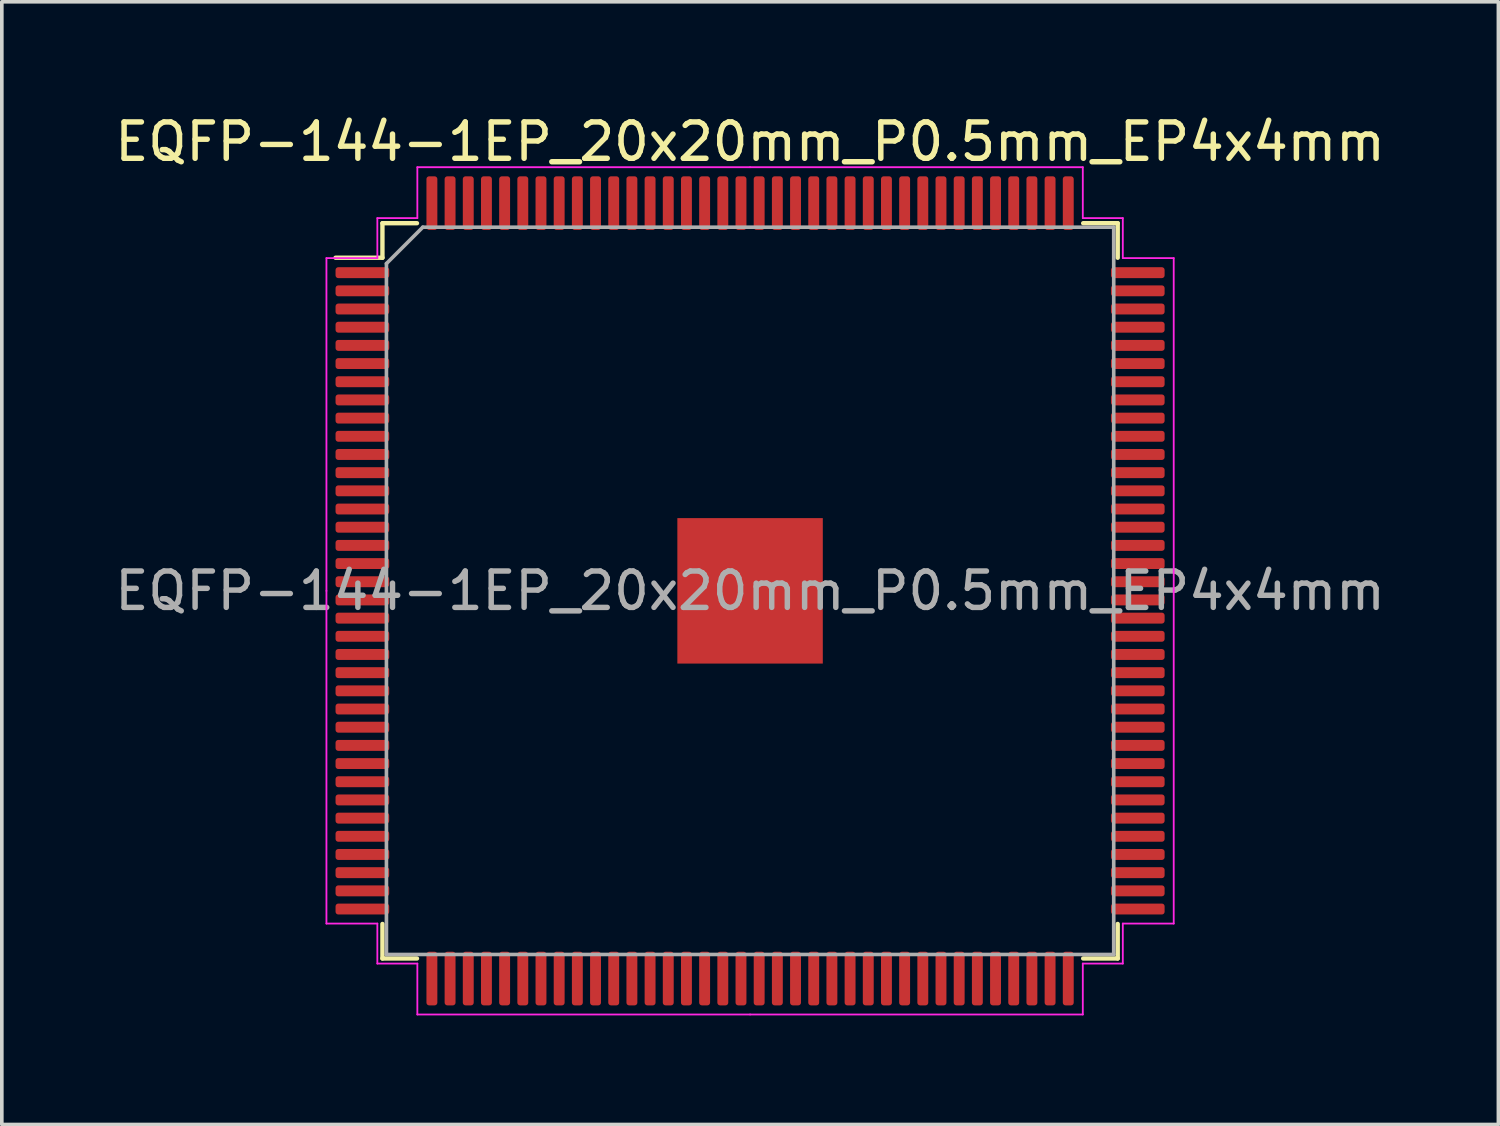
<source format=kicad_pcb>
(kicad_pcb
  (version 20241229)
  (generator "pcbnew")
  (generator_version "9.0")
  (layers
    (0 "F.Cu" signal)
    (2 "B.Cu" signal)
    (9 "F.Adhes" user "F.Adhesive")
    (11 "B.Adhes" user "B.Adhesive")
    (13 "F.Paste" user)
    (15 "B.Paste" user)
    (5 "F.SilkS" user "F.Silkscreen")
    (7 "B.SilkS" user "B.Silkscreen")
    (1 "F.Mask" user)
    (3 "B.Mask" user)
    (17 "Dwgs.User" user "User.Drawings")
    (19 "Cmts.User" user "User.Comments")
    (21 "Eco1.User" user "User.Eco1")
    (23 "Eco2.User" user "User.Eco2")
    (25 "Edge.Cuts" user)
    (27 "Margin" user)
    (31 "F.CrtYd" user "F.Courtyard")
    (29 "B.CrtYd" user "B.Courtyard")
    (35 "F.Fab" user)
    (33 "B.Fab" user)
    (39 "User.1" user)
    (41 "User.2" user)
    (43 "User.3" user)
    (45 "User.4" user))
  (footprint "EQFP-144-1EP_20x20mm_P0.5mm_EP4x4mm"
    (layer "F.Cu")
    (at 17.577 13.198)
    (property "Reference" "EQFP-144-1EP_20x20mm_P0.5mm_EP4x4mm" (at 0 -12.35 0) (layer "F.SilkS") (effects (font (size 1 1) (thickness 0.15))))
    (attr smd)
    (fp_line (start -10.11 -10.11) (end -10.11 -9.16) (stroke (width 0.12) (type solid)) (layer "F.SilkS"))
    (fp_line (start -10.11 -9.16) (end -11.4 -9.16) (stroke (width 0.12) (type solid)) (layer "F.SilkS"))
    (fp_line (start -10.11 10.11) (end -10.11 9.16) (stroke (width 0.12) (type solid)) (layer "F.SilkS"))
    (fp_line (start -9.16 -10.11) (end -10.11 -10.11) (stroke (width 0.12) (type solid)) (layer "F.SilkS"))
    (fp_line (start -9.16 10.11) (end -10.11 10.11) (stroke (width 0.12) (type solid)) (layer "F.SilkS"))
    (fp_line (start 9.16 -10.11) (end 10.11 -10.11) (stroke (width 0.12) (type solid)) (layer "F.SilkS"))
    (fp_line (start 9.16 10.11) (end 10.11 10.11) (stroke (width 0.12) (type solid)) (layer "F.SilkS"))
    (fp_line (start 10.11 -10.11) (end 10.11 -9.16) (stroke (width 0.12) (type solid)) (layer "F.SilkS"))
    (fp_line (start 10.11 10.11) (end 10.11 9.16) (stroke (width 0.12) (type solid)) (layer "F.SilkS"))
    (fp_line (start -11.65 -9.15) (end -11.65 0) (stroke (width 0.05) (type solid)) (layer "F.CrtYd"))
    (fp_line (start -11.65 9.15) (end -11.65 0) (stroke (width 0.05) (type solid)) (layer "F.CrtYd"))
    (fp_line (start -10.25 -10.25) (end -10.25 -9.15) (stroke (width 0.05) (type solid)) (layer "F.CrtYd"))
    (fp_line (start -10.25 -9.15) (end -11.65 -9.15) (stroke (width 0.05) (type solid)) (layer "F.CrtYd"))
    (fp_line (start -10.25 9.15) (end -11.65 9.15) (stroke (width 0.05) (type solid)) (layer "F.CrtYd"))
    (fp_line (start -10.25 10.25) (end -10.25 9.15) (stroke (width 0.05) (type solid)) (layer "F.CrtYd"))
    (fp_line (start -9.15 -11.65) (end -9.15 -10.25) (stroke (width 0.05) (type solid)) (layer "F.CrtYd"))
    (fp_line (start -9.15 -10.25) (end -10.25 -10.25) (stroke (width 0.05) (type solid)) (layer "F.CrtYd"))
    (fp_line (start -9.15 10.25) (end -10.25 10.25) (stroke (width 0.05) (type solid)) (layer "F.CrtYd"))
    (fp_line (start -9.15 11.65) (end -9.15 10.25) (stroke (width 0.05) (type solid)) (layer "F.CrtYd"))
    (fp_line (start 0 -11.65) (end -9.15 -11.65) (stroke (width 0.05) (type solid)) (layer "F.CrtYd"))
    (fp_line (start 0 -11.65) (end 9.15 -11.65) (stroke (width 0.05) (type solid)) (layer "F.CrtYd"))
    (fp_line (start 0 11.65) (end -9.15 11.65) (stroke (width 0.05) (type solid)) (layer "F.CrtYd"))
    (fp_line (start 0 11.65) (end 9.15 11.65) (stroke (width 0.05) (type solid)) (layer "F.CrtYd"))
    (fp_line (start 9.15 -11.65) (end 9.15 -10.25) (stroke (width 0.05) (type solid)) (layer "F.CrtYd"))
    (fp_line (start 9.15 -10.25) (end 10.25 -10.25) (stroke (width 0.05) (type solid)) (layer "F.CrtYd"))
    (fp_line (start 9.15 10.25) (end 10.25 10.25) (stroke (width 0.05) (type solid)) (layer "F.CrtYd"))
    (fp_line (start 9.15 11.65) (end 9.15 10.25) (stroke (width 0.05) (type solid)) (layer "F.CrtYd"))
    (fp_line (start 10.25 -10.25) (end 10.25 -9.15) (stroke (width 0.05) (type solid)) (layer "F.CrtYd"))
    (fp_line (start 10.25 -9.15) (end 11.65 -9.15) (stroke (width 0.05) (type solid)) (layer "F.CrtYd"))
    (fp_line (start 10.25 9.15) (end 11.65 9.15) (stroke (width 0.05) (type solid)) (layer "F.CrtYd"))
    (fp_line (start 10.25 10.25) (end 10.25 9.15) (stroke (width 0.05) (type solid)) (layer "F.CrtYd"))
    (fp_line (start 11.65 -9.15) (end 11.65 0) (stroke (width 0.05) (type solid)) (layer "F.CrtYd"))
    (fp_line (start 11.65 9.15) (end 11.65 0) (stroke (width 0.05) (type solid)) (layer "F.CrtYd"))
    (fp_line (start -10 -9) (end -9 -10) (stroke (width 0.1) (type solid)) (layer "F.Fab"))
    (fp_line (start -10 10) (end -10 -9) (stroke (width 0.1) (type solid)) (layer "F.Fab"))
    (fp_line (start -9 -10) (end 10 -10) (stroke (width 0.1) (type solid)) (layer "F.Fab"))
    (fp_line (start 10 -10) (end 10 10) (stroke (width 0.1) (type solid)) (layer "F.Fab"))
    (fp_line (start 10 10) (end -10 10) (stroke (width 0.1) (type solid)) (layer "F.Fab"))
    (fp_text user "${REFERENCE}" (at 0 0 0) (layer "F.Fab") (effects (font (size 1 1) (thickness 0.15))))
    (pad "" smd roundrect (at -1.33 -1.33) (size 1.07 1.07) (layers "F.Paste") (roundrect_rratio 0.234))
    (pad "" smd roundrect (at -1.33 0) (size 1.07 1.07) (layers "F.Paste") (roundrect_rratio 0.234))
    (pad "" smd roundrect (at -1.33 1.33) (size 1.07 1.07) (layers "F.Paste") (roundrect_rratio 0.234))
    (pad "" smd roundrect (at 0 -1.33) (size 1.07 1.07) (layers "F.Paste") (roundrect_rratio 0.234))
    (pad "" smd roundrect (at 0 0) (size 1.07 1.07) (layers "F.Paste") (roundrect_rratio 0.234))
    (pad "" smd roundrect (at 0 1.33) (size 1.07 1.07) (layers "F.Paste") (roundrect_rratio 0.234))
    (pad "" smd roundrect (at 1.33 -1.33) (size 1.07 1.07) (layers "F.Paste") (roundrect_rratio 0.234))
    (pad "" smd roundrect (at 1.33 0) (size 1.07 1.07) (layers "F.Paste") (roundrect_rratio 0.234))
    (pad "" smd roundrect (at 1.33 1.33) (size 1.07 1.07) (layers "F.Paste") (roundrect_rratio 0.234))
    (pad "1" smd roundrect (at -10.662 -8.75) (size 1.475 0.3) (layers "F.Cu" "F.Mask" "F.Paste") (roundrect_rratio 0.25))
    (pad "2" smd roundrect (at -10.662 -8.25) (size 1.475 0.3) (layers "F.Cu" "F.Mask" "F.Paste") (roundrect_rratio 0.25))
    (pad "3" smd roundrect (at -10.662 -7.75) (size 1.475 0.3) (layers "F.Cu" "F.Mask" "F.Paste") (roundrect_rratio 0.25))
    (pad "4" smd roundrect (at -10.662 -7.25) (size 1.475 0.3) (layers "F.Cu" "F.Mask" "F.Paste") (roundrect_rratio 0.25))
    (pad "5" smd roundrect (at -10.662 -6.75) (size 1.475 0.3) (layers "F.Cu" "F.Mask" "F.Paste") (roundrect_rratio 0.25))
    (pad "6" smd roundrect (at -10.662 -6.25) (size 1.475 0.3) (layers "F.Cu" "F.Mask" "F.Paste") (roundrect_rratio 0.25))
    (pad "7" smd roundrect (at -10.662 -5.75) (size 1.475 0.3) (layers "F.Cu" "F.Mask" "F.Paste") (roundrect_rratio 0.25))
    (pad "8" smd roundrect (at -10.662 -5.25) (size 1.475 0.3) (layers "F.Cu" "F.Mask" "F.Paste") (roundrect_rratio 0.25))
    (pad "9" smd roundrect (at -10.662 -4.75) (size 1.475 0.3) (layers "F.Cu" "F.Mask" "F.Paste") (roundrect_rratio 0.25))
    (pad "10" smd roundrect (at -10.662 -4.25) (size 1.475 0.3) (layers "F.Cu" "F.Mask" "F.Paste") (roundrect_rratio 0.25))
    (pad "11" smd roundrect (at -10.662 -3.75) (size 1.475 0.3) (layers "F.Cu" "F.Mask" "F.Paste") (roundrect_rratio 0.25))
    (pad "12" smd roundrect (at -10.662 -3.25) (size 1.475 0.3) (layers "F.Cu" "F.Mask" "F.Paste") (roundrect_rratio 0.25))
    (pad "13" smd roundrect (at -10.662 -2.75) (size 1.475 0.3) (layers "F.Cu" "F.Mask" "F.Paste") (roundrect_rratio 0.25))
    (pad "14" smd roundrect (at -10.662 -2.25) (size 1.475 0.3) (layers "F.Cu" "F.Mask" "F.Paste") (roundrect_rratio 0.25))
    (pad "15" smd roundrect (at -10.662 -1.75) (size 1.475 0.3) (layers "F.Cu" "F.Mask" "F.Paste") (roundrect_rratio 0.25))
    (pad "16" smd roundrect (at -10.662 -1.25) (size 1.475 0.3) (layers "F.Cu" "F.Mask" "F.Paste") (roundrect_rratio 0.25))
    (pad "17" smd roundrect (at -10.662 -0.75) (size 1.475 0.3) (layers "F.Cu" "F.Mask" "F.Paste") (roundrect_rratio 0.25))
    (pad "18" smd roundrect (at -10.662 -0.25) (size 1.475 0.3) (layers "F.Cu" "F.Mask" "F.Paste") (roundrect_rratio 0.25))
    (pad "19" smd roundrect (at -10.662 0.25) (size 1.475 0.3) (layers "F.Cu" "F.Mask" "F.Paste") (roundrect_rratio 0.25))
    (pad "20" smd roundrect (at -10.662 0.75) (size 1.475 0.3) (layers "F.Cu" "F.Mask" "F.Paste") (roundrect_rratio 0.25))
    (pad "21" smd roundrect (at -10.662 1.25) (size 1.475 0.3) (layers "F.Cu" "F.Mask" "F.Paste") (roundrect_rratio 0.25))
    (pad "22" smd roundrect (at -10.662 1.75) (size 1.475 0.3) (layers "F.Cu" "F.Mask" "F.Paste") (roundrect_rratio 0.25))
    (pad "23" smd roundrect (at -10.662 2.25) (size 1.475 0.3) (layers "F.Cu" "F.Mask" "F.Paste") (roundrect_rratio 0.25))
    (pad "24" smd roundrect (at -10.662 2.75) (size 1.475 0.3) (layers "F.Cu" "F.Mask" "F.Paste") (roundrect_rratio 0.25))
    (pad "25" smd roundrect (at -10.662 3.25) (size 1.475 0.3) (layers "F.Cu" "F.Mask" "F.Paste") (roundrect_rratio 0.25))
    (pad "26" smd roundrect (at -10.662 3.75) (size 1.475 0.3) (layers "F.Cu" "F.Mask" "F.Paste") (roundrect_rratio 0.25))
    (pad "27" smd roundrect (at -10.662 4.25) (size 1.475 0.3) (layers "F.Cu" "F.Mask" "F.Paste") (roundrect_rratio 0.25))
    (pad "28" smd roundrect (at -10.662 4.75) (size 1.475 0.3) (layers "F.Cu" "F.Mask" "F.Paste") (roundrect_rratio 0.25))
    (pad "29" smd roundrect (at -10.662 5.25) (size 1.475 0.3) (layers "F.Cu" "F.Mask" "F.Paste") (roundrect_rratio 0.25))
    (pad "30" smd roundrect (at -10.662 5.75) (size 1.475 0.3) (layers "F.Cu" "F.Mask" "F.Paste") (roundrect_rratio 0.25))
    (pad "31" smd roundrect (at -10.662 6.25) (size 1.475 0.3) (layers "F.Cu" "F.Mask" "F.Paste") (roundrect_rratio 0.25))
    (pad "32" smd roundrect (at -10.662 6.75) (size 1.475 0.3) (layers "F.Cu" "F.Mask" "F.Paste") (roundrect_rratio 0.25))
    (pad "33" smd roundrect (at -10.662 7.25) (size 1.475 0.3) (layers "F.Cu" "F.Mask" "F.Paste") (roundrect_rratio 0.25))
    (pad "34" smd roundrect (at -10.662 7.75) (size 1.475 0.3) (layers "F.Cu" "F.Mask" "F.Paste") (roundrect_rratio 0.25))
    (pad "35" smd roundrect (at -10.662 8.25) (size 1.475 0.3) (layers "F.Cu" "F.Mask" "F.Paste") (roundrect_rratio 0.25))
    (pad "36" smd roundrect (at -10.662 8.75) (size 1.475 0.3) (layers "F.Cu" "F.Mask" "F.Paste") (roundrect_rratio 0.25))
    (pad "37" smd roundrect (at -8.75 10.662) (size 0.3 1.475) (layers "F.Cu" "F.Mask" "F.Paste") (roundrect_rratio 0.25))
    (pad "38" smd roundrect (at -8.25 10.662) (size 0.3 1.475) (layers "F.Cu" "F.Mask" "F.Paste") (roundrect_rratio 0.25))
    (pad "39" smd roundrect (at -7.75 10.662) (size 0.3 1.475) (layers "F.Cu" "F.Mask" "F.Paste") (roundrect_rratio 0.25))
    (pad "40" smd roundrect (at -7.25 10.662) (size 0.3 1.475) (layers "F.Cu" "F.Mask" "F.Paste") (roundrect_rratio 0.25))
    (pad "41" smd roundrect (at -6.75 10.662) (size 0.3 1.475) (layers "F.Cu" "F.Mask" "F.Paste") (roundrect_rratio 0.25))
    (pad "42" smd roundrect (at -6.25 10.662) (size 0.3 1.475) (layers "F.Cu" "F.Mask" "F.Paste") (roundrect_rratio 0.25))
    (pad "43" smd roundrect (at -5.75 10.662) (size 0.3 1.475) (layers "F.Cu" "F.Mask" "F.Paste") (roundrect_rratio 0.25))
    (pad "44" smd roundrect (at -5.25 10.662) (size 0.3 1.475) (layers "F.Cu" "F.Mask" "F.Paste") (roundrect_rratio 0.25))
    (pad "45" smd roundrect (at -4.75 10.662) (size 0.3 1.475) (layers "F.Cu" "F.Mask" "F.Paste") (roundrect_rratio 0.25))
    (pad "46" smd roundrect (at -4.25 10.662) (size 0.3 1.475) (layers "F.Cu" "F.Mask" "F.Paste") (roundrect_rratio 0.25))
    (pad "47" smd roundrect (at -3.75 10.662) (size 0.3 1.475) (layers "F.Cu" "F.Mask" "F.Paste") (roundrect_rratio 0.25))
    (pad "48" smd roundrect (at -3.25 10.662) (size 0.3 1.475) (layers "F.Cu" "F.Mask" "F.Paste") (roundrect_rratio 0.25))
    (pad "49" smd roundrect (at -2.75 10.662) (size 0.3 1.475) (layers "F.Cu" "F.Mask" "F.Paste") (roundrect_rratio 0.25))
    (pad "50" smd roundrect (at -2.25 10.662) (size 0.3 1.475) (layers "F.Cu" "F.Mask" "F.Paste") (roundrect_rratio 0.25))
    (pad "51" smd roundrect (at -1.75 10.662) (size 0.3 1.475) (layers "F.Cu" "F.Mask" "F.Paste") (roundrect_rratio 0.25))
    (pad "52" smd roundrect (at -1.25 10.662) (size 0.3 1.475) (layers "F.Cu" "F.Mask" "F.Paste") (roundrect_rratio 0.25))
    (pad "53" smd roundrect (at -0.75 10.662) (size 0.3 1.475) (layers "F.Cu" "F.Mask" "F.Paste") (roundrect_rratio 0.25))
    (pad "54" smd roundrect (at -0.25 10.662) (size 0.3 1.475) (layers "F.Cu" "F.Mask" "F.Paste") (roundrect_rratio 0.25))
    (pad "55" smd roundrect (at 0.25 10.662) (size 0.3 1.475) (layers "F.Cu" "F.Mask" "F.Paste") (roundrect_rratio 0.25))
    (pad "56" smd roundrect (at 0.75 10.662) (size 0.3 1.475) (layers "F.Cu" "F.Mask" "F.Paste") (roundrect_rratio 0.25))
    (pad "57" smd roundrect (at 1.25 10.662) (size 0.3 1.475) (layers "F.Cu" "F.Mask" "F.Paste") (roundrect_rratio 0.25))
    (pad "58" smd roundrect (at 1.75 10.662) (size 0.3 1.475) (layers "F.Cu" "F.Mask" "F.Paste") (roundrect_rratio 0.25))
    (pad "59" smd roundrect (at 2.25 10.662) (size 0.3 1.475) (layers "F.Cu" "F.Mask" "F.Paste") (roundrect_rratio 0.25))
    (pad "60" smd roundrect (at 2.75 10.662) (size 0.3 1.475) (layers "F.Cu" "F.Mask" "F.Paste") (roundrect_rratio 0.25))
    (pad "61" smd roundrect (at 3.25 10.662) (size 0.3 1.475) (layers "F.Cu" "F.Mask" "F.Paste") (roundrect_rratio 0.25))
    (pad "62" smd roundrect (at 3.75 10.662) (size 0.3 1.475) (layers "F.Cu" "F.Mask" "F.Paste") (roundrect_rratio 0.25))
    (pad "63" smd roundrect (at 4.25 10.662) (size 0.3 1.475) (layers "F.Cu" "F.Mask" "F.Paste") (roundrect_rratio 0.25))
    (pad "64" smd roundrect (at 4.75 10.662) (size 0.3 1.475) (layers "F.Cu" "F.Mask" "F.Paste") (roundrect_rratio 0.25))
    (pad "65" smd roundrect (at 5.25 10.662) (size 0.3 1.475) (layers "F.Cu" "F.Mask" "F.Paste") (roundrect_rratio 0.25))
    (pad "66" smd roundrect (at 5.75 10.662) (size 0.3 1.475) (layers "F.Cu" "F.Mask" "F.Paste") (roundrect_rratio 0.25))
    (pad "67" smd roundrect (at 6.25 10.662) (size 0.3 1.475) (layers "F.Cu" "F.Mask" "F.Paste") (roundrect_rratio 0.25))
    (pad "68" smd roundrect (at 6.75 10.662) (size 0.3 1.475) (layers "F.Cu" "F.Mask" "F.Paste") (roundrect_rratio 0.25))
    (pad "69" smd roundrect (at 7.25 10.662) (size 0.3 1.475) (layers "F.Cu" "F.Mask" "F.Paste") (roundrect_rratio 0.25))
    (pad "70" smd roundrect (at 7.75 10.662) (size 0.3 1.475) (layers "F.Cu" "F.Mask" "F.Paste") (roundrect_rratio 0.25))
    (pad "71" smd roundrect (at 8.25 10.662) (size 0.3 1.475) (layers "F.Cu" "F.Mask" "F.Paste") (roundrect_rratio 0.25))
    (pad "72" smd roundrect (at 8.75 10.662) (size 0.3 1.475) (layers "F.Cu" "F.Mask" "F.Paste") (roundrect_rratio 0.25))
    (pad "73" smd roundrect (at 10.662 8.75) (size 1.475 0.3) (layers "F.Cu" "F.Mask" "F.Paste") (roundrect_rratio 0.25))
    (pad "74" smd roundrect (at 10.662 8.25) (size 1.475 0.3) (layers "F.Cu" "F.Mask" "F.Paste") (roundrect_rratio 0.25))
    (pad "75" smd roundrect (at 10.662 7.75) (size 1.475 0.3) (layers "F.Cu" "F.Mask" "F.Paste") (roundrect_rratio 0.25))
    (pad "76" smd roundrect (at 10.662 7.25) (size 1.475 0.3) (layers "F.Cu" "F.Mask" "F.Paste") (roundrect_rratio 0.25))
    (pad "77" smd roundrect (at 10.662 6.75) (size 1.475 0.3) (layers "F.Cu" "F.Mask" "F.Paste") (roundrect_rratio 0.25))
    (pad "78" smd roundrect (at 10.662 6.25) (size 1.475 0.3) (layers "F.Cu" "F.Mask" "F.Paste") (roundrect_rratio 0.25))
    (pad "79" smd roundrect (at 10.662 5.75) (size 1.475 0.3) (layers "F.Cu" "F.Mask" "F.Paste") (roundrect_rratio 0.25))
    (pad "80" smd roundrect (at 10.662 5.25) (size 1.475 0.3) (layers "F.Cu" "F.Mask" "F.Paste") (roundrect_rratio 0.25))
    (pad "81" smd roundrect (at 10.662 4.75) (size 1.475 0.3) (layers "F.Cu" "F.Mask" "F.Paste") (roundrect_rratio 0.25))
    (pad "82" smd roundrect (at 10.662 4.25) (size 1.475 0.3) (layers "F.Cu" "F.Mask" "F.Paste") (roundrect_rratio 0.25))
    (pad "83" smd roundrect (at 10.662 3.75) (size 1.475 0.3) (layers "F.Cu" "F.Mask" "F.Paste") (roundrect_rratio 0.25))
    (pad "84" smd roundrect (at 10.662 3.25) (size 1.475 0.3) (layers "F.Cu" "F.Mask" "F.Paste") (roundrect_rratio 0.25))
    (pad "85" smd roundrect (at 10.662 2.75) (size 1.475 0.3) (layers "F.Cu" "F.Mask" "F.Paste") (roundrect_rratio 0.25))
    (pad "86" smd roundrect (at 10.662 2.25) (size 1.475 0.3) (layers "F.Cu" "F.Mask" "F.Paste") (roundrect_rratio 0.25))
    (pad "87" smd roundrect (at 10.662 1.75) (size 1.475 0.3) (layers "F.Cu" "F.Mask" "F.Paste") (roundrect_rratio 0.25))
    (pad "88" smd roundrect (at 10.662 1.25) (size 1.475 0.3) (layers "F.Cu" "F.Mask" "F.Paste") (roundrect_rratio 0.25))
    (pad "89" smd roundrect (at 10.662 0.75) (size 1.475 0.3) (layers "F.Cu" "F.Mask" "F.Paste") (roundrect_rratio 0.25))
    (pad "90" smd roundrect (at 10.662 0.25) (size 1.475 0.3) (layers "F.Cu" "F.Mask" "F.Paste") (roundrect_rratio 0.25))
    (pad "91" smd roundrect (at 10.662 -0.25) (size 1.475 0.3) (layers "F.Cu" "F.Mask" "F.Paste") (roundrect_rratio 0.25))
    (pad "92" smd roundrect (at 10.662 -0.75) (size 1.475 0.3) (layers "F.Cu" "F.Mask" "F.Paste") (roundrect_rratio 0.25))
    (pad "93" smd roundrect (at 10.662 -1.25) (size 1.475 0.3) (layers "F.Cu" "F.Mask" "F.Paste") (roundrect_rratio 0.25))
    (pad "94" smd roundrect (at 10.662 -1.75) (size 1.475 0.3) (layers "F.Cu" "F.Mask" "F.Paste") (roundrect_rratio 0.25))
    (pad "95" smd roundrect (at 10.662 -2.25) (size 1.475 0.3) (layers "F.Cu" "F.Mask" "F.Paste") (roundrect_rratio 0.25))
    (pad "96" smd roundrect (at 10.662 -2.75) (size 1.475 0.3) (layers "F.Cu" "F.Mask" "F.Paste") (roundrect_rratio 0.25))
    (pad "97" smd roundrect (at 10.662 -3.25) (size 1.475 0.3) (layers "F.Cu" "F.Mask" "F.Paste") (roundrect_rratio 0.25))
    (pad "98" smd roundrect (at 10.662 -3.75) (size 1.475 0.3) (layers "F.Cu" "F.Mask" "F.Paste") (roundrect_rratio 0.25))
    (pad "99" smd roundrect (at 10.662 -4.25) (size 1.475 0.3) (layers "F.Cu" "F.Mask" "F.Paste") (roundrect_rratio 0.25))
    (pad "100" smd roundrect (at 10.662 -4.75) (size 1.475 0.3) (layers "F.Cu" "F.Mask" "F.Paste") (roundrect_rratio 0.25))
    (pad "101" smd roundrect (at 10.662 -5.25) (size 1.475 0.3) (layers "F.Cu" "F.Mask" "F.Paste") (roundrect_rratio 0.25))
    (pad "102" smd roundrect (at 10.662 -5.75) (size 1.475 0.3) (layers "F.Cu" "F.Mask" "F.Paste") (roundrect_rratio 0.25))
    (pad "103" smd roundrect (at 10.662 -6.25) (size 1.475 0.3) (layers "F.Cu" "F.Mask" "F.Paste") (roundrect_rratio 0.25))
    (pad "104" smd roundrect (at 10.662 -6.75) (size 1.475 0.3) (layers "F.Cu" "F.Mask" "F.Paste") (roundrect_rratio 0.25))
    (pad "105" smd roundrect (at 10.662 -7.25) (size 1.475 0.3) (layers "F.Cu" "F.Mask" "F.Paste") (roundrect_rratio 0.25))
    (pad "106" smd roundrect (at 10.662 -7.75) (size 1.475 0.3) (layers "F.Cu" "F.Mask" "F.Paste") (roundrect_rratio 0.25))
    (pad "107" smd roundrect (at 10.662 -8.25) (size 1.475 0.3) (layers "F.Cu" "F.Mask" "F.Paste") (roundrect_rratio 0.25))
    (pad "108" smd roundrect (at 10.662 -8.75) (size 1.475 0.3) (layers "F.Cu" "F.Mask" "F.Paste") (roundrect_rratio 0.25))
    (pad "109" smd roundrect (at 8.75 -10.662) (size 0.3 1.475) (layers "F.Cu" "F.Mask" "F.Paste") (roundrect_rratio 0.25))
    (pad "110" smd roundrect (at 8.25 -10.662) (size 0.3 1.475) (layers "F.Cu" "F.Mask" "F.Paste") (roundrect_rratio 0.25))
    (pad "111" smd roundrect (at 7.75 -10.662) (size 0.3 1.475) (layers "F.Cu" "F.Mask" "F.Paste") (roundrect_rratio 0.25))
    (pad "112" smd roundrect (at 7.25 -10.662) (size 0.3 1.475) (layers "F.Cu" "F.Mask" "F.Paste") (roundrect_rratio 0.25))
    (pad "113" smd roundrect (at 6.75 -10.662) (size 0.3 1.475) (layers "F.Cu" "F.Mask" "F.Paste") (roundrect_rratio 0.25))
    (pad "114" smd roundrect (at 6.25 -10.662) (size 0.3 1.475) (layers "F.Cu" "F.Mask" "F.Paste") (roundrect_rratio 0.25))
    (pad "115" smd roundrect (at 5.75 -10.662) (size 0.3 1.475) (layers "F.Cu" "F.Mask" "F.Paste") (roundrect_rratio 0.25))
    (pad "116" smd roundrect (at 5.25 -10.662) (size 0.3 1.475) (layers "F.Cu" "F.Mask" "F.Paste") (roundrect_rratio 0.25))
    (pad "117" smd roundrect (at 4.75 -10.662) (size 0.3 1.475) (layers "F.Cu" "F.Mask" "F.Paste") (roundrect_rratio 0.25))
    (pad "118" smd roundrect (at 4.25 -10.662) (size 0.3 1.475) (layers "F.Cu" "F.Mask" "F.Paste") (roundrect_rratio 0.25))
    (pad "119" smd roundrect (at 3.75 -10.662) (size 0.3 1.475) (layers "F.Cu" "F.Mask" "F.Paste") (roundrect_rratio 0.25))
    (pad "120" smd roundrect (at 3.25 -10.662) (size 0.3 1.475) (layers "F.Cu" "F.Mask" "F.Paste") (roundrect_rratio 0.25))
    (pad "121" smd roundrect (at 2.75 -10.662) (size 0.3 1.475) (layers "F.Cu" "F.Mask" "F.Paste") (roundrect_rratio 0.25))
    (pad "122" smd roundrect (at 2.25 -10.662) (size 0.3 1.475) (layers "F.Cu" "F.Mask" "F.Paste") (roundrect_rratio 0.25))
    (pad "123" smd roundrect (at 1.75 -10.662) (size 0.3 1.475) (layers "F.Cu" "F.Mask" "F.Paste") (roundrect_rratio 0.25))
    (pad "124" smd roundrect (at 1.25 -10.662) (size 0.3 1.475) (layers "F.Cu" "F.Mask" "F.Paste") (roundrect_rratio 0.25))
    (pad "125" smd roundrect (at 0.75 -10.662) (size 0.3 1.475) (layers "F.Cu" "F.Mask" "F.Paste") (roundrect_rratio 0.25))
    (pad "126" smd roundrect (at 0.25 -10.662) (size 0.3 1.475) (layers "F.Cu" "F.Mask" "F.Paste") (roundrect_rratio 0.25))
    (pad "127" smd roundrect (at -0.25 -10.662) (size 0.3 1.475) (layers "F.Cu" "F.Mask" "F.Paste") (roundrect_rratio 0.25))
    (pad "128" smd roundrect (at -0.75 -10.662) (size 0.3 1.475) (layers "F.Cu" "F.Mask" "F.Paste") (roundrect_rratio 0.25))
    (pad "129" smd roundrect (at -1.25 -10.662) (size 0.3 1.475) (layers "F.Cu" "F.Mask" "F.Paste") (roundrect_rratio 0.25))
    (pad "130" smd roundrect (at -1.75 -10.662) (size 0.3 1.475) (layers "F.Cu" "F.Mask" "F.Paste") (roundrect_rratio 0.25))
    (pad "131" smd roundrect (at -2.25 -10.662) (size 0.3 1.475) (layers "F.Cu" "F.Mask" "F.Paste") (roundrect_rratio 0.25))
    (pad "132" smd roundrect (at -2.75 -10.662) (size 0.3 1.475) (layers "F.Cu" "F.Mask" "F.Paste") (roundrect_rratio 0.25))
    (pad "133" smd roundrect (at -3.25 -10.662) (size 0.3 1.475) (layers "F.Cu" "F.Mask" "F.Paste") (roundrect_rratio 0.25))
    (pad "134" smd roundrect (at -3.75 -10.662) (size 0.3 1.475) (layers "F.Cu" "F.Mask" "F.Paste") (roundrect_rratio 0.25))
    (pad "135" smd roundrect (at -4.25 -10.662) (size 0.3 1.475) (layers "F.Cu" "F.Mask" "F.Paste") (roundrect_rratio 0.25))
    (pad "136" smd roundrect (at -4.75 -10.662) (size 0.3 1.475) (layers "F.Cu" "F.Mask" "F.Paste") (roundrect_rratio 0.25))
    (pad "137" smd roundrect (at -5.25 -10.662) (size 0.3 1.475) (layers "F.Cu" "F.Mask" "F.Paste") (roundrect_rratio 0.25))
    (pad "138" smd roundrect (at -5.75 -10.662) (size 0.3 1.475) (layers "F.Cu" "F.Mask" "F.Paste") (roundrect_rratio 0.25))
    (pad "139" smd roundrect (at -6.25 -10.662) (size 0.3 1.475) (layers "F.Cu" "F.Mask" "F.Paste") (roundrect_rratio 0.25))
    (pad "140" smd roundrect (at -6.75 -10.662) (size 0.3 1.475) (layers "F.Cu" "F.Mask" "F.Paste") (roundrect_rratio 0.25))
    (pad "141" smd roundrect (at -7.25 -10.662) (size 0.3 1.475) (layers "F.Cu" "F.Mask" "F.Paste") (roundrect_rratio 0.25))
    (pad "142" smd roundrect (at -7.75 -10.662) (size 0.3 1.475) (layers "F.Cu" "F.Mask" "F.Paste") (roundrect_rratio 0.25))
    (pad "143" smd roundrect (at -8.25 -10.662) (size 0.3 1.475) (layers "F.Cu" "F.Mask" "F.Paste") (roundrect_rratio 0.25))
    (pad "144" smd roundrect (at -8.75 -10.662) (size 0.3 1.475) (layers "F.Cu" "F.Mask" "F.Paste") (roundrect_rratio 0.25))
    (pad "145" smd rect (at 0 0) (size 4 4) (layers "F.Cu" "F.Mask")))
  (gr_rect
    (start -3 -3)
    (end 38.155 27.873)
    (stroke (width 0.1) (type default))
    (fill no)
    (layer "Edge.Cuts")))
</source>
